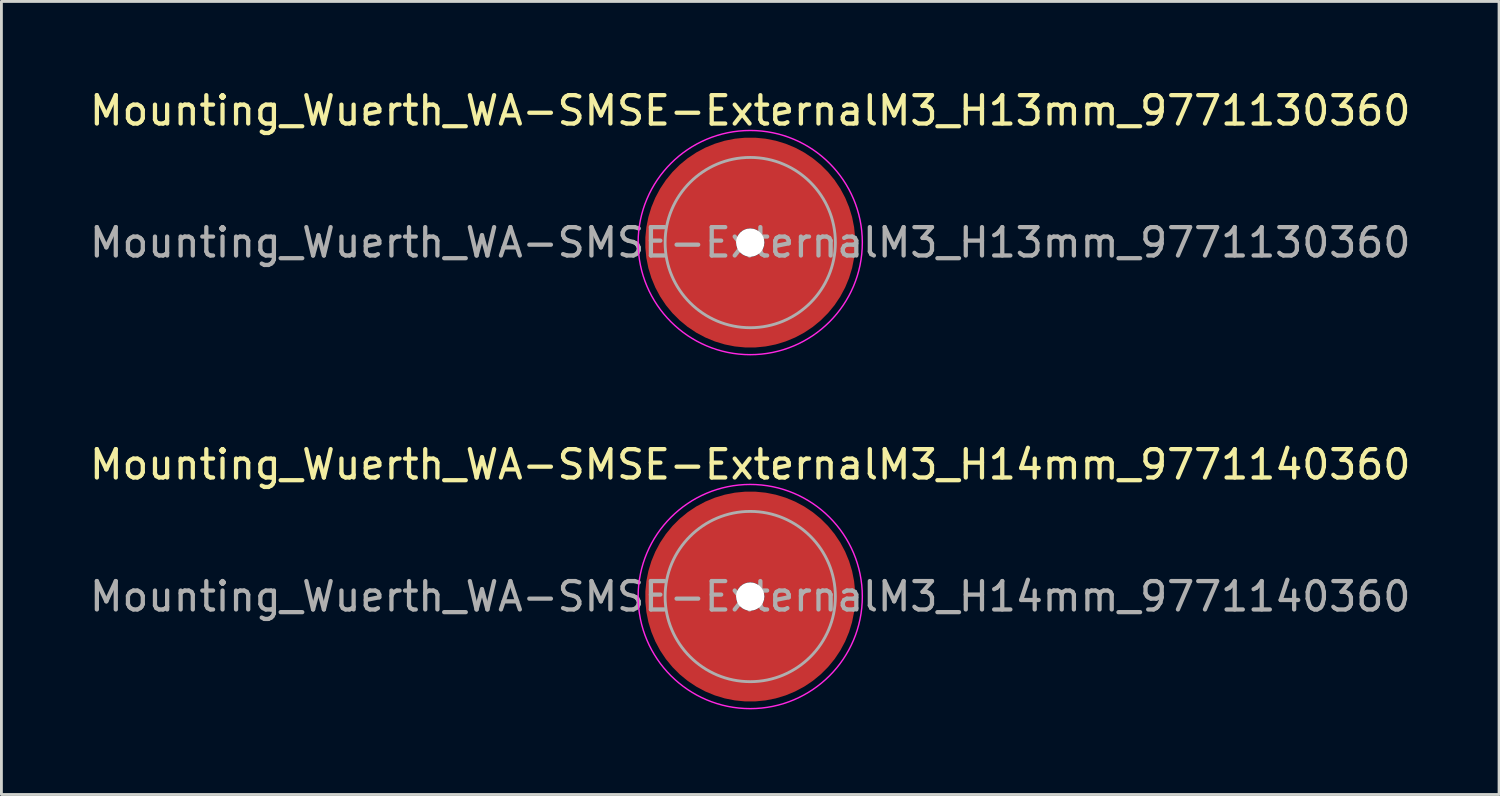
<source format=kicad_pcb>
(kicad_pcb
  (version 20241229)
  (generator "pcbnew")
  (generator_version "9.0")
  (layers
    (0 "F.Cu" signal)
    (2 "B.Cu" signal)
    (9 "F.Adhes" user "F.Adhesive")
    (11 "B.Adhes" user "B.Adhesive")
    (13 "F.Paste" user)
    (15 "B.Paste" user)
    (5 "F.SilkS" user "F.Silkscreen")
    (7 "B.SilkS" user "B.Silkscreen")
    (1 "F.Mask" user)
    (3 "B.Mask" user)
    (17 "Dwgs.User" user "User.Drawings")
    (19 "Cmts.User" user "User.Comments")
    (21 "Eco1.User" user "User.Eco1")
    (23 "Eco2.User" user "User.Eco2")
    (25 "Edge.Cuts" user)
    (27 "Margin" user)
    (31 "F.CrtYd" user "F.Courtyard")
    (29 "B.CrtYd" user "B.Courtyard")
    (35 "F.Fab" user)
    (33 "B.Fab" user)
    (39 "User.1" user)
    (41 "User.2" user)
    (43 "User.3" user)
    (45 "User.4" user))
  (footprint "Mounting_Wuerth_WA-SMSE-ExternalM3_H14mm_9771140360"
    (layer "F.Cu")
    (at 23.387 17.971)
    (property "Reference" "Mounting_Wuerth_WA-SMSE-ExternalM3_H14mm_9771140360" (at 0 -4.65 0) (layer "F.SilkS") (effects (font (size 1 1) (thickness 0.15))))
    (attr smd)
    (fp_circle (center 0 0) (end 3.95 0) (stroke (width 0.05) (type solid)) (fill no) (layer "F.CrtYd"))
    (fp_circle (center 0 0) (end 3 0) (stroke (width 0.1) (type solid)) (fill no) (layer "F.Fab"))
    (fp_text user "${REFERENCE}" (at 0 0 0) (layer "F.Fab") (effects (font (size 1 1) (thickness 0.15))))
    (pad "" smd custom (at 0 -2.1) (size 2.6 2.6) (layers "F.Paste") (options (anchor circle)) (primitives (gr_arc (start -0.305123 1.47) (mid 0 1.4) (end 0.305123 1.47) (width 0.2)) (gr_arc (start -0.493052 1.47) (mid 0 1.3) (end 0.493052 1.47) (width 0.2)) (gr_arc (start -0.642729 1.47) (mid 0 1.2) (end 0.642729 1.47) (width 0.2)) (gr_arc (start -0.776595 1.47) (mid 0 1.1) (end 0.776595 1.47) (width 0.2)) (gr_arc (start -0.901721 1.47) (mid 0 1) (end 0.901721 1.47) (width 0.2)) (gr_arc (start -1.021323 1.47) (mid 0 0.9) (end 1.021323 1.47) (width 0.2)) (gr_arc (start -1.137146 1.47) (mid 0 0.8) (end 1.137146 1.47) (width 0.2)) (gr_arc (start -1.25024 1.47) (mid 0 0.7) (end 1.25024 1.47) (width 0.2)) (gr_arc (start -1.361286 1.47) (mid 0 0.6) (end 1.361286 1.47) (width 0.2)) (gr_arc (start -1.470748 1.47) (mid 0 0.5) (end 1.470748 1.47) (width 0.2)) (gr_arc (start -1.578955 1.47) (mid 0 0.4) (end 1.578955 1.47) (width 0.2)) (gr_arc (start -1.686149 1.47) (mid 0 0.3) (end 1.686149 1.47) (width 0.2)) (gr_arc (start -1.792512 1.47) (mid 0 0.2) (end 1.792512 1.47) (width 0.2)) (gr_arc (start -1.898183 1.47) (mid 0 0.1) (end 1.898183 1.47) (width 0.2)) (gr_arc (start -2.003272 1.47) (mid 0 0) (end 2.003272 1.47) (width 0.2)) (gr_arc (start -2.107866 1.47) (mid 0 -0.1) (end 2.107866 1.47) (width 0.2)) (gr_arc (start -2.212035 1.47) (mid 0 -0.2) (end 2.212035 1.47) (width 0.2)) (gr_arc (start -2.315837 1.47) (mid 0 -0.3) (end 2.315837 1.47) (width 0.2)) (gr_arc (start -2.419318 1.47) (mid 0 -0.4) (end 2.419318 1.47) (width 0.2)) (gr_arc (start -2.522519 1.47) (mid 0 -0.5) (end 2.522519 1.47) (width 0.2)) (gr_arc (start -2.625471 1.47) (mid 0 -0.6) (end 2.625471 1.47) (width 0.2)) (gr_arc (start -2.728205 1.47) (mid 0 -0.7) (end 2.728205 1.47) (width 0.2)) (gr_arc (start -2.830742 1.47) (mid 0 -0.8) (end 2.830742 1.47) (width 0.2)) (gr_arc (start -2.933104 1.47) (mid 0 -0.9) (end 2.933104 1.47) (width 0.2)) (gr_arc (start -3.035309 1.47) (mid 0 -1) (end 3.035309 1.47) (width 0.2)) (gr_arc (start -3.137372 1.47) (mid 0 -1.1) (end 3.137372 1.47) (width 0.2)) (gr_arc (start -3.239305 1.47) (mid 0 -1.2) (end 3.239305 1.47) (width 0.2)) (gr_arc (start -3.341123 1.47) (mid 0 -1.3) (end 3.341123 1.47) (width 0.2)) (gr_arc (start -3.442833 1.47) (mid 0 -1.4) (end 3.442833 1.47) (width 0.2)) (gr_line (start 0.305 1.47) (end 3.443 1.47) (width 0.2)) (gr_line (start -0.305 1.47) (end -3.443 1.47) (width 0.2))))
    (pad "" np_thru_hole circle (at 0 0) (size 1 1) (drill 1) (layers "*.Cu" "*.Mask"))
    (pad "" smd custom (at 0 2.1) (size 2.6 2.6) (layers "F.Paste") (options (anchor circle)) (primitives (gr_arc (start 0.305123 -1.47) (mid 0 -1.4) (end -0.305123 -1.47) (width 0.2)) (gr_arc (start 0.493052 -1.47) (mid 0 -1.3) (end -0.493052 -1.47) (width 0.2)) (gr_arc (start 0.642729 -1.47) (mid 0 -1.2) (end -0.642729 -1.47) (width 0.2)) (gr_arc (start 0.776595 -1.47) (mid 0 -1.1) (end -0.776595 -1.47) (width 0.2)) (gr_arc (start 0.901721 -1.47) (mid 0 -1) (end -0.901721 -1.47) (width 0.2)) (gr_arc (start 1.021323 -1.47) (mid 0 -0.9) (end -1.021323 -1.47) (width 0.2)) (gr_arc (start 1.137146 -1.47) (mid 0 -0.8) (end -1.137146 -1.47) (width 0.2)) (gr_arc (start 1.25024 -1.47) (mid 0 -0.7) (end -1.25024 -1.47) (width 0.2)) (gr_arc (start 1.361286 -1.47) (mid 0 -0.6) (end -1.361286 -1.47) (width 0.2)) (gr_arc (start 1.470748 -1.47) (mid 0 -0.5) (end -1.470748 -1.47) (width 0.2)) (gr_arc (start 1.578955 -1.47) (mid 0 -0.4) (end -1.578955 -1.47) (width 0.2)) (gr_arc (start 1.686149 -1.47) (mid 0 -0.3) (end -1.686149 -1.47) (width 0.2)) (gr_arc (start 1.792512 -1.47) (mid 0 -0.2) (end -1.792512 -1.47) (width 0.2)) (gr_arc (start 1.898183 -1.47) (mid 0 -0.1) (end -1.898183 -1.47) (width 0.2)) (gr_arc (start 2.003272 -1.47) (mid 0 0) (end -2.003272 -1.47) (width 0.2)) (gr_arc (start 2.107866 -1.47) (mid 0 0.1) (end -2.107866 -1.47) (width 0.2)) (gr_arc (start 2.212035 -1.47) (mid 0 0.2) (end -2.212035 -1.47) (width 0.2)) (gr_arc (start 2.315837 -1.47) (mid 0 0.3) (end -2.315837 -1.47) (width 0.2)) (gr_arc (start 2.419318 -1.47) (mid 0 0.4) (end -2.419318 -1.47) (width 0.2)) (gr_arc (start 2.522519 -1.47) (mid 0 0.5) (end -2.522519 -1.47) (width 0.2)) (gr_arc (start 2.625471 -1.47) (mid 0 0.6) (end -2.625471 -1.47) (width 0.2)) (gr_arc (start 2.728205 -1.47) (mid 0 0.7) (end -2.728205 -1.47) (width 0.2)) (gr_arc (start 2.830742 -1.47) (mid 0 0.8) (end -2.830742 -1.47) (width 0.2)) (gr_arc (start 2.933104 -1.47) (mid 0 0.9) (end -2.933104 -1.47) (width 0.2)) (gr_arc (start 3.035309 -1.47) (mid 0 1) (end -3.035309 -1.47) (width 0.2)) (gr_arc (start 3.137372 -1.47) (mid 0 1.1) (end -3.137372 -1.47) (width 0.2)) (gr_arc (start 3.239305 -1.47) (mid 0 1.2) (end -3.239305 -1.47) (width 0.2)) (gr_arc (start 3.341123 -1.47) (mid 0 1.3) (end -3.341123 -1.47) (width 0.2)) (gr_arc (start 3.442833 -1.47) (mid 0 1.4) (end -3.442833 -1.47) (width 0.2)) (gr_line (start -0.305 -1.47) (end -3.443 -1.47) (width 0.2)) (gr_line (start 0.305 -1.47) (end 3.443 -1.47) (width 0.2))))
    (pad "1" smd circle (at -2.1 0) (size 2.8 2.8) (layers "F.Cu"))
    (pad "1" smd circle (at 0 -2.1) (size 2.8 2.8) (layers "F.Cu"))
    (pad "1" smd circle (at 0 2.1) (size 2.8 2.8) (layers "F.Cu"))
    (pad "1" smd custom (at 2.1 0) (size 2.8 2.8) (layers "F.Cu" "F.Mask") (options (anchor circle)) (primitives (gr_circle (center -2.1 0) (end 0 0) (width 3.2) (fill no)))))
  (footprint "Mounting_Wuerth_WA-SMSE-ExternalM3_H13mm_9771130360"
    (layer "F.Cu")
    (at 23.387 5.498)
    (property "Reference" "Mounting_Wuerth_WA-SMSE-ExternalM3_H13mm_9771130360" (at 0 -4.65 0) (layer "F.SilkS") (effects (font (size 1 1) (thickness 0.15))))
    (attr smd)
    (fp_circle (center 0 0) (end 3.95 0) (stroke (width 0.05) (type solid)) (fill no) (layer "F.CrtYd"))
    (fp_circle (center 0 0) (end 3 0) (stroke (width 0.1) (type solid)) (fill no) (layer "F.Fab"))
    (fp_text user "${REFERENCE}" (at 0 0 0) (layer "F.Fab") (effects (font (size 1 1) (thickness 0.15))))
    (pad "" smd custom (at 0 -2.1) (size 2.6 2.6) (layers "F.Paste") (options (anchor circle)) (primitives (gr_arc (start -0.305123 1.47) (mid 0 1.4) (end 0.305123 1.47) (width 0.2)) (gr_arc (start -0.493052 1.47) (mid 0 1.3) (end 0.493052 1.47) (width 0.2)) (gr_arc (start -0.642729 1.47) (mid 0 1.2) (end 0.642729 1.47) (width 0.2)) (gr_arc (start -0.776595 1.47) (mid 0 1.1) (end 0.776595 1.47) (width 0.2)) (gr_arc (start -0.901721 1.47) (mid 0 1) (end 0.901721 1.47) (width 0.2)) (gr_arc (start -1.021323 1.47) (mid 0 0.9) (end 1.021323 1.47) (width 0.2)) (gr_arc (start -1.137146 1.47) (mid 0 0.8) (end 1.137146 1.47) (width 0.2)) (gr_arc (start -1.25024 1.47) (mid 0 0.7) (end 1.25024 1.47) (width 0.2)) (gr_arc (start -1.361286 1.47) (mid 0 0.6) (end 1.361286 1.47) (width 0.2)) (gr_arc (start -1.470748 1.47) (mid 0 0.5) (end 1.470748 1.47) (width 0.2)) (gr_arc (start -1.578955 1.47) (mid 0 0.4) (end 1.578955 1.47) (width 0.2)) (gr_arc (start -1.686149 1.47) (mid 0 0.3) (end 1.686149 1.47) (width 0.2)) (gr_arc (start -1.792512 1.47) (mid 0 0.2) (end 1.792512 1.47) (width 0.2)) (gr_arc (start -1.898183 1.47) (mid 0 0.1) (end 1.898183 1.47) (width 0.2)) (gr_arc (start -2.003272 1.47) (mid 0 0) (end 2.003272 1.47) (width 0.2)) (gr_arc (start -2.107866 1.47) (mid 0 -0.1) (end 2.107866 1.47) (width 0.2)) (gr_arc (start -2.212035 1.47) (mid 0 -0.2) (end 2.212035 1.47) (width 0.2)) (gr_arc (start -2.315837 1.47) (mid 0 -0.3) (end 2.315837 1.47) (width 0.2)) (gr_arc (start -2.419318 1.47) (mid 0 -0.4) (end 2.419318 1.47) (width 0.2)) (gr_arc (start -2.522519 1.47) (mid 0 -0.5) (end 2.522519 1.47) (width 0.2)) (gr_arc (start -2.625471 1.47) (mid 0 -0.6) (end 2.625471 1.47) (width 0.2)) (gr_arc (start -2.728205 1.47) (mid 0 -0.7) (end 2.728205 1.47) (width 0.2)) (gr_arc (start -2.830742 1.47) (mid 0 -0.8) (end 2.830742 1.47) (width 0.2)) (gr_arc (start -2.933104 1.47) (mid 0 -0.9) (end 2.933104 1.47) (width 0.2)) (gr_arc (start -3.035309 1.47) (mid 0 -1) (end 3.035309 1.47) (width 0.2)) (gr_arc (start -3.137372 1.47) (mid 0 -1.1) (end 3.137372 1.47) (width 0.2)) (gr_arc (start -3.239305 1.47) (mid 0 -1.2) (end 3.239305 1.47) (width 0.2)) (gr_arc (start -3.341123 1.47) (mid 0 -1.3) (end 3.341123 1.47) (width 0.2)) (gr_arc (start -3.442833 1.47) (mid 0 -1.4) (end 3.442833 1.47) (width 0.2)) (gr_line (start 0.305 1.47) (end 3.443 1.47) (width 0.2)) (gr_line (start -0.305 1.47) (end -3.443 1.47) (width 0.2))))
    (pad "" np_thru_hole circle (at 0 0) (size 1 1) (drill 1) (layers "*.Cu" "*.Mask"))
    (pad "" smd custom (at 0 2.1) (size 2.6 2.6) (layers "F.Paste") (options (anchor circle)) (primitives (gr_arc (start 0.305123 -1.47) (mid 0 -1.4) (end -0.305123 -1.47) (width 0.2)) (gr_arc (start 0.493052 -1.47) (mid 0 -1.3) (end -0.493052 -1.47) (width 0.2)) (gr_arc (start 0.642729 -1.47) (mid 0 -1.2) (end -0.642729 -1.47) (width 0.2)) (gr_arc (start 0.776595 -1.47) (mid 0 -1.1) (end -0.776595 -1.47) (width 0.2)) (gr_arc (start 0.901721 -1.47) (mid 0 -1) (end -0.901721 -1.47) (width 0.2)) (gr_arc (start 1.021323 -1.47) (mid 0 -0.9) (end -1.021323 -1.47) (width 0.2)) (gr_arc (start 1.137146 -1.47) (mid 0 -0.8) (end -1.137146 -1.47) (width 0.2)) (gr_arc (start 1.25024 -1.47) (mid 0 -0.7) (end -1.25024 -1.47) (width 0.2)) (gr_arc (start 1.361286 -1.47) (mid 0 -0.6) (end -1.361286 -1.47) (width 0.2)) (gr_arc (start 1.470748 -1.47) (mid 0 -0.5) (end -1.470748 -1.47) (width 0.2)) (gr_arc (start 1.578955 -1.47) (mid 0 -0.4) (end -1.578955 -1.47) (width 0.2)) (gr_arc (start 1.686149 -1.47) (mid 0 -0.3) (end -1.686149 -1.47) (width 0.2)) (gr_arc (start 1.792512 -1.47) (mid 0 -0.2) (end -1.792512 -1.47) (width 0.2)) (gr_arc (start 1.898183 -1.47) (mid 0 -0.1) (end -1.898183 -1.47) (width 0.2)) (gr_arc (start 2.003272 -1.47) (mid 0 0) (end -2.003272 -1.47) (width 0.2)) (gr_arc (start 2.107866 -1.47) (mid 0 0.1) (end -2.107866 -1.47) (width 0.2)) (gr_arc (start 2.212035 -1.47) (mid 0 0.2) (end -2.212035 -1.47) (width 0.2)) (gr_arc (start 2.315837 -1.47) (mid 0 0.3) (end -2.315837 -1.47) (width 0.2)) (gr_arc (start 2.419318 -1.47) (mid 0 0.4) (end -2.419318 -1.47) (width 0.2)) (gr_arc (start 2.522519 -1.47) (mid 0 0.5) (end -2.522519 -1.47) (width 0.2)) (gr_arc (start 2.625471 -1.47) (mid 0 0.6) (end -2.625471 -1.47) (width 0.2)) (gr_arc (start 2.728205 -1.47) (mid 0 0.7) (end -2.728205 -1.47) (width 0.2)) (gr_arc (start 2.830742 -1.47) (mid 0 0.8) (end -2.830742 -1.47) (width 0.2)) (gr_arc (start 2.933104 -1.47) (mid 0 0.9) (end -2.933104 -1.47) (width 0.2)) (gr_arc (start 3.035309 -1.47) (mid 0 1) (end -3.035309 -1.47) (width 0.2)) (gr_arc (start 3.137372 -1.47) (mid 0 1.1) (end -3.137372 -1.47) (width 0.2)) (gr_arc (start 3.239305 -1.47) (mid 0 1.2) (end -3.239305 -1.47) (width 0.2)) (gr_arc (start 3.341123 -1.47) (mid 0 1.3) (end -3.341123 -1.47) (width 0.2)) (gr_arc (start 3.442833 -1.47) (mid 0 1.4) (end -3.442833 -1.47) (width 0.2)) (gr_line (start -0.305 -1.47) (end -3.443 -1.47) (width 0.2)) (gr_line (start 0.305 -1.47) (end 3.443 -1.47) (width 0.2))))
    (pad "1" smd circle (at -2.1 0) (size 2.8 2.8) (layers "F.Cu"))
    (pad "1" smd circle (at 0 -2.1) (size 2.8 2.8) (layers "F.Cu"))
    (pad "1" smd circle (at 0 2.1) (size 2.8 2.8) (layers "F.Cu"))
    (pad "1" smd custom (at 2.1 0) (size 2.8 2.8) (layers "F.Cu" "F.Mask") (options (anchor circle)) (primitives (gr_circle (center -2.1 0) (end 0 0) (width 3.2) (fill no)))))
  (gr_rect
    (start -3 -3)
    (end 49.774 24.947)
    (stroke (width 0.1) (type default))
    (fill no)
    (layer "Edge.Cuts")))
</source>
